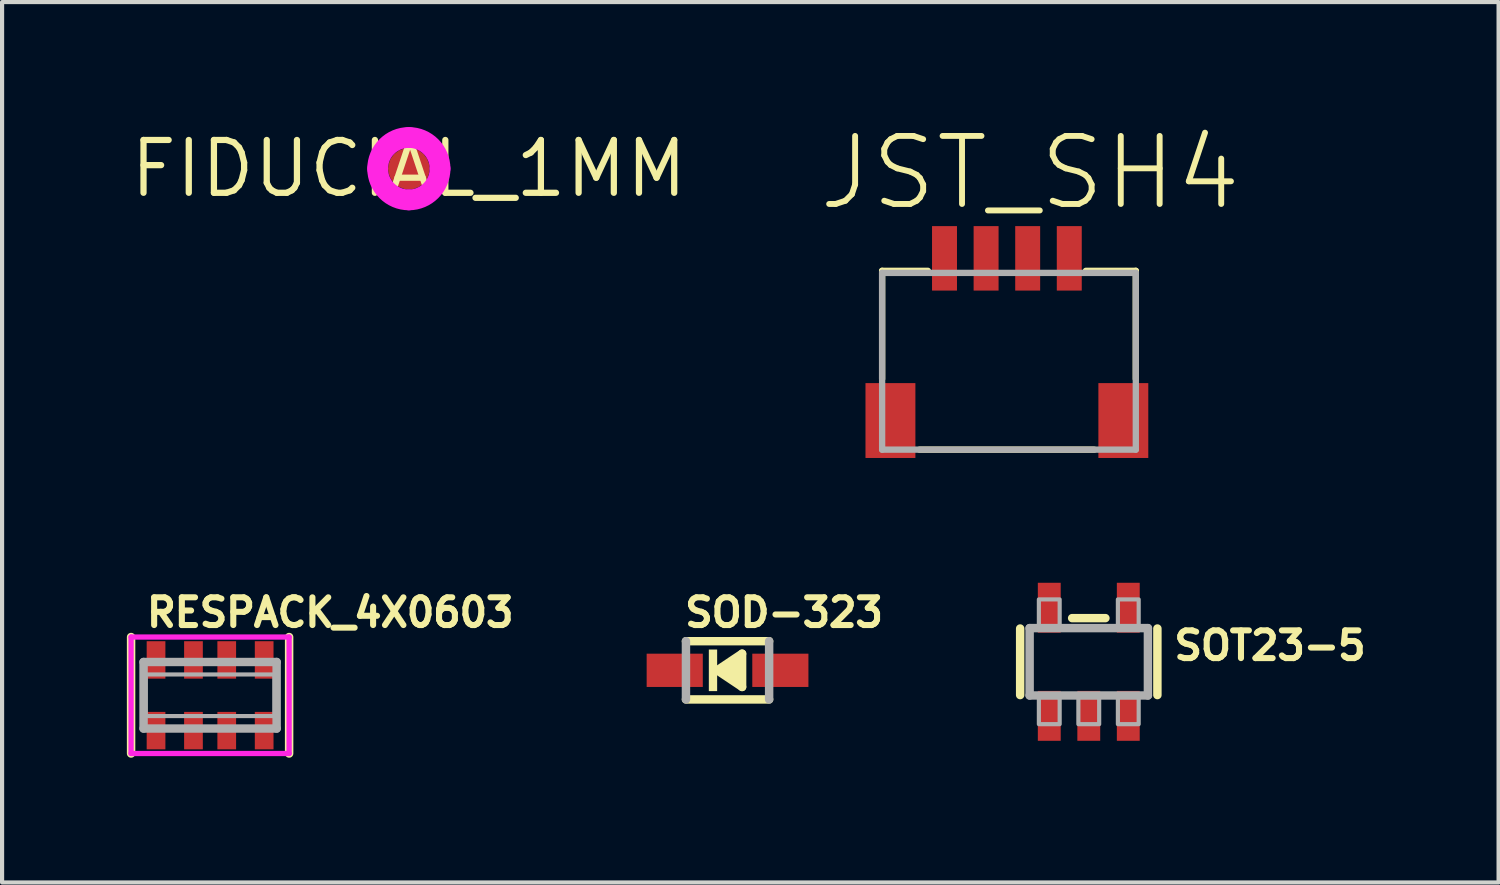
<source format=kicad_pcb>
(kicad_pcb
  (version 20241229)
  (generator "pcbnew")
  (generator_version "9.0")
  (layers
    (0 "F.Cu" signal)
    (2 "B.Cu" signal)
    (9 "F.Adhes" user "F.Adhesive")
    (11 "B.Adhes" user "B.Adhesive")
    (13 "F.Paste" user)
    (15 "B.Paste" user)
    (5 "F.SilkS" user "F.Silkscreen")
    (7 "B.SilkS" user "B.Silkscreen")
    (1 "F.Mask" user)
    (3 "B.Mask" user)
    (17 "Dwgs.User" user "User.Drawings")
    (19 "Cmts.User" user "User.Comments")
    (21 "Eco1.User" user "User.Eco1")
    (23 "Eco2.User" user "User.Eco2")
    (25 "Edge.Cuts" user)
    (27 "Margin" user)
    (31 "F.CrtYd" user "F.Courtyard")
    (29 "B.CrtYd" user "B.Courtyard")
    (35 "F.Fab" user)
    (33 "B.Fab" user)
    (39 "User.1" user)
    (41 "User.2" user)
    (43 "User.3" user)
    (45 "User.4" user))
  (footprint "SOT23-5"
    (layer "F.Cu")
    (at 23.13 12.863)
    (property "Reference" "SOT23-5" (at 1.978 0 0) (layer "F.SilkS") (effects (font (size 0.666 0.666) (thickness 0.146)) (justify left bottom)))
    (fp_line (start -1.65 -0.8) (end -1.65 0.8) (stroke (width 0.203) (type solid)) (layer "F.SilkS"))
    (fp_line (start -0.4 -1.05) (end 0.4 -1.05) (stroke (width 0.203) (type solid)) (layer "F.SilkS"))
    (fp_line (start 1.65 -0.8) (end 1.65 0.8) (stroke (width 0.203) (type solid)) (layer "F.SilkS"))
    (fp_line (start -1.422 -0.81) (end 1.422 -0.81) (stroke (width 0.203) (type solid)) (layer "F.Fab"))
    (fp_line (start -1.422 0.81) (end -1.422 -0.81) (stroke (width 0.203) (type solid)) (layer "F.Fab"))
    (fp_line (start 1.422 -0.81) (end 1.422 0.81) (stroke (width 0.203) (type solid)) (layer "F.Fab"))
    (fp_line (start 1.422 0.81) (end -1.422 0.81) (stroke (width 0.203) (type solid)) (layer "F.Fab"))
    (fp_poly (pts (xy -1.2 -0.85) (xy -0.7 -0.85) (xy -0.7 -1.5) (xy -1.2 -1.5)) (stroke (width 0.1) (type solid)) (fill no) (layer "F.Fab"))
    (fp_poly (pts (xy -1.2 1.5) (xy -0.7 1.5) (xy -0.7 0.85) (xy -1.2 0.85)) (stroke (width 0.1) (type solid)) (fill no) (layer "F.Fab"))
    (fp_poly (pts (xy -0.25 1.5) (xy 0.25 1.5) (xy 0.25 0.85) (xy -0.25 0.85)) (stroke (width 0.1) (type solid)) (fill no) (layer "F.Fab"))
    (fp_poly (pts (xy 0.7 -0.85) (xy 1.2 -0.85) (xy 1.2 -1.5) (xy 0.7 -1.5)) (stroke (width 0.1) (type solid)) (fill no) (layer "F.Fab"))
    (fp_poly (pts (xy 0.7 1.5) (xy 1.2 1.5) (xy 1.2 0.85) (xy 0.7 0.85)) (stroke (width 0.1) (type solid)) (fill no) (layer "F.Fab"))
    (pad "1" smd rect (at -0.95 1.3) (size 0.55 1.2) (layers "F.Cu" "F.Mask" "F.Paste"))
    (pad "2" smd rect (at 0 1.3) (size 0.55 1.2) (layers "F.Cu" "F.Mask" "F.Paste"))
    (pad "3" smd rect (at 0.95 1.3) (size 0.55 1.2) (layers "F.Cu" "F.Mask" "F.Paste"))
    (pad "4" smd rect (at 0.95 -1.3) (size 0.55 1.2) (layers "F.Cu" "F.Mask" "F.Paste"))
    (pad "5" smd rect (at -0.95 -1.3) (size 0.55 1.2) (layers "F.Cu" "F.Mask" "F.Paste")))
  (footprint "SOD-323"
    (layer "F.Cu")
    (at 14.444 13.068)
    (property "Reference" "SOD-323" (at -1.1 -1 0) (layer "F.SilkS") (effects (font (size 0.666 0.666) (thickness 0.146)) (justify left bottom)))
    (fp_line (start -1 -0.7) (end 1 -0.7) (stroke (width 0.203) (type solid)) (layer "F.SilkS"))
    (fp_line (start -0.25 0) (end 0.35 -0.4) (stroke (width 0.203) (type solid)) (layer "F.SilkS"))
    (fp_line (start 0.35 -0.4) (end 0.35 0.4) (stroke (width 0.203) (type solid)) (layer "F.SilkS"))
    (fp_line (start 0.35 0.4) (end -0.25 0) (stroke (width 0.203) (type solid)) (layer "F.SilkS"))
    (fp_line (start 1 0.7) (end -1 0.7) (stroke (width 0.203) (type solid)) (layer "F.SilkS"))
    (fp_poly (pts (xy 0.302 0.39) (xy -0.283 0) (xy 0.302 -0.39)) (stroke (width 0) (type solid)) (fill yes) (layer "F.SilkS"))
    (fp_poly (pts (xy -0.45 0.5) (xy -0.25 0.5) (xy -0.25 -0.5) (xy -0.45 -0.5)) (stroke (width 0) (type solid)) (fill yes) (layer "F.SilkS"))
    (fp_line (start -1 0.7) (end -1 -0.7) (stroke (width 0.203) (type solid)) (layer "F.Fab"))
    (fp_line (start 1 -0.7) (end 1 0.7) (stroke (width 0.203) (type solid)) (layer "F.Fab"))
    (pad "A" smd rect (at 1.27 0) (size 1.35 0.8) (layers "F.Cu" "F.Mask" "F.Paste"))
    (pad "C" smd rect (at -1.27 0) (size 1.35 0.8) (layers "F.Cu" "F.Mask" "F.Paste")))
  (footprint "RESPACK_4X0603"
    (layer "F.Cu")
    (at 2.002 13.668)
    (property "Reference" "RESPACK_4X0603" (at -1.6 -1.6 0) (layer "F.SilkS") (effects (font (size 0.666 0.666) (thickness 0.146)) (justify left bottom)))
    (fp_line (start -1.9 1.4) (end -1.9 -1.4) (stroke (width 0.203) (type solid)) (layer "F.SilkS"))
    (fp_line (start 1.9 -1.4) (end 1.9 1.4) (stroke (width 0.203) (type solid)) (layer "F.SilkS"))
    (fp_line (start -1.9 -1.4) (end 1.9 -1.4) (stroke (width 0.127) (type solid)) (layer "F.CrtYd"))
    (fp_line (start -1.9 1.4) (end -1.9 -1.4) (stroke (width 0.127) (type solid)) (layer "F.CrtYd"))
    (fp_line (start -1.9 1.4) (end 1.9 1.4) (stroke (width 0.127) (type solid)) (layer "F.CrtYd"))
    (fp_line (start 1.9 -1.4) (end 1.9 1.4) (stroke (width 0.127) (type solid)) (layer "F.CrtYd"))
    (fp_line (start -1.6 -0.8) (end 1.6 -0.8) (stroke (width 0.203) (type solid)) (layer "F.Fab"))
    (fp_line (start -1.6 0.8) (end -1.6 -0.8) (stroke (width 0.203) (type solid)) (layer "F.Fab"))
    (fp_line (start 1.6 -0.8) (end 1.6 0.8) (stroke (width 0.203) (type solid)) (layer "F.Fab"))
    (fp_line (start 1.6 0.8) (end -1.6 0.8) (stroke (width 0.203) (type solid)) (layer "F.Fab"))
    (fp_poly (pts (xy -1.55 0.5) (xy 1.55 0.5) (xy 1.55 -0.5) (xy -1.55 -0.5)) (stroke (width 0.1) (type solid)) (fill no) (layer "F.Fab"))
    (pad "1" smd rect (at -1.3 0.85) (size 0.45 0.9) (layers "F.Cu" "F.Mask" "F.Paste"))
    (pad "2" smd rect (at -0.4 0.85) (size 0.45 0.9) (layers "F.Cu" "F.Mask" "F.Paste"))
    (pad "3" smd rect (at 0.4 0.85) (size 0.45 0.9) (layers "F.Cu" "F.Mask" "F.Paste"))
    (pad "4" smd rect (at 1.3 0.85) (size 0.45 0.9) (layers "F.Cu" "F.Mask" "F.Paste"))
    (pad "5" smd rect (at 1.3 -0.85) (size 0.45 0.9) (layers "F.Cu" "F.Mask" "F.Paste"))
    (pad "6" smd rect (at 0.4 -0.85) (size 0.45 0.9) (layers "F.Cu" "F.Mask" "F.Paste"))
    (pad "7" smd rect (at -0.4 -0.85) (size 0.45 0.9) (layers "F.Cu" "F.Mask" "F.Paste"))
    (pad "8" smd rect (at -1.3 -0.85) (size 0.45 0.9) (layers "F.Cu" "F.Mask" "F.Paste")))
  (footprint "FIDUCIAL_1MM"
    (layer "F.Cu")
    (at 6.781 1.006)
    (property "Reference" "FIDUCIAL_1MM" (at 0 0 0) (layer "F.SilkS") (effects (font (size 1.27 1.27) (thickness 0.15))))
    (fp_arc (start -0.75 0) (mid -0.53033 -0.53033) (end 0 -0.75) (stroke (width 0.5) (type solid)) (layer "F.Mask"))
    (fp_arc (start 0 -0.75) (mid 0.53033 -0.53033) (end 0.75 0) (stroke (width 0.5) (type solid)) (layer "F.Mask"))
    (fp_arc (start 0 0.75) (mid -0.53033 0.53033) (end -0.75 0) (stroke (width 0.5) (type solid)) (layer "F.Mask"))
    (fp_arc (start 0.75 0) (mid 0.53033 0.53033) (end 0 0.75) (stroke (width 0.5) (type solid)) (layer "F.Mask"))
    (fp_arc (start -0.75 0) (mid -0.53033 -0.53033) (end 0 -0.75) (stroke (width 0.5) (type solid)) (layer "F.CrtYd"))
    (fp_arc (start 0 -0.75) (mid 0.53033 -0.53033) (end 0.75 0) (stroke (width 0.5) (type solid)) (layer "F.CrtYd"))
    (fp_arc (start 0 0.75) (mid -0.53033 0.53033) (end -0.75 0) (stroke (width 0.5) (type solid)) (layer "F.CrtYd"))
    (fp_arc (start 0.75 0) (mid 0.53033 0.53033) (end 0 0.75) (stroke (width 0.5) (type solid)) (layer "F.CrtYd"))
    (pad "1" smd roundrect (at 0 0) (size 1 1) (layers "F.Cu" "F.Mask") (roundrect_rratio 0.5)))
  (footprint "JST_SH4"
    (layer "F.Cu")
    (at 21.161 5.676)
    (property "Reference" "JST_SH4" (at -4.6 -3.614 0) (layer "F.SilkS") (effects (font (size 1.636 1.636) (thickness 0.142)) (justify left bottom)))
    (fp_line (start -3 -2.214) (end -1.9 -2.214) (stroke (width 0.152) (type solid)) (layer "F.SilkS"))
    (fp_line (start -3 0.386) (end -3 -2.214) (stroke (width 0.152) (type solid)) (layer "F.SilkS"))
    (fp_line (start -2.1 2.086) (end 2.1 2.086) (stroke (width 0.152) (type solid)) (layer "F.SilkS"))
    (fp_line (start 1.9 -2.214) (end 3.1 -2.214) (stroke (width 0.152) (type solid)) (layer "F.SilkS"))
    (fp_line (start 3.1 -2.214) (end 3.1 0.386) (stroke (width 0.152) (type solid)) (layer "F.SilkS"))
    (fp_line (start -3 -2.164) (end 3.1 -2.164) (stroke (width 0.152) (type solid)) (layer "F.Fab"))
    (fp_line (start -3 2.086) (end -3 -2.164) (stroke (width 0.152) (type solid)) (layer "F.Fab"))
    (fp_line (start 3.1 -2.164) (end 3.1 2.086) (stroke (width 0.152) (type solid)) (layer "F.Fab"))
    (fp_line (start 3.1 2.086) (end -3 2.086) (stroke (width 0.152) (type solid)) (layer "F.Fab"))
    (pad "1" smd rect (at -1.5 -2.514 90) (size 1.55 0.6) (layers "F.Cu" "F.Mask" "F.Paste"))
    (pad "2" smd rect (at -0.5 -2.514 90) (size 1.55 0.6) (layers "F.Cu" "F.Mask" "F.Paste"))
    (pad "3" smd rect (at 0.5 -2.514 90) (size 1.55 0.6) (layers "F.Cu" "F.Mask" "F.Paste"))
    (pad "4" smd rect (at 1.5 -2.514 90) (size 1.55 0.6) (layers "F.Cu" "F.Mask" "F.Paste"))
    (pad "MT1" smd rect (at -2.8 1.386 90) (size 1.8 1.2) (layers "F.Cu" "F.Mask" "F.Paste"))
    (pad "MT2" smd rect (at 2.8 1.386 90) (size 1.8 1.2) (layers "F.Cu" "F.Mask" "F.Paste")))
  (gr_rect
    (start -3 -3)
    (end 32.984 18.169)
    (stroke (width 0.1) (type default))
    (fill no)
    (layer "Edge.Cuts")))
</source>
